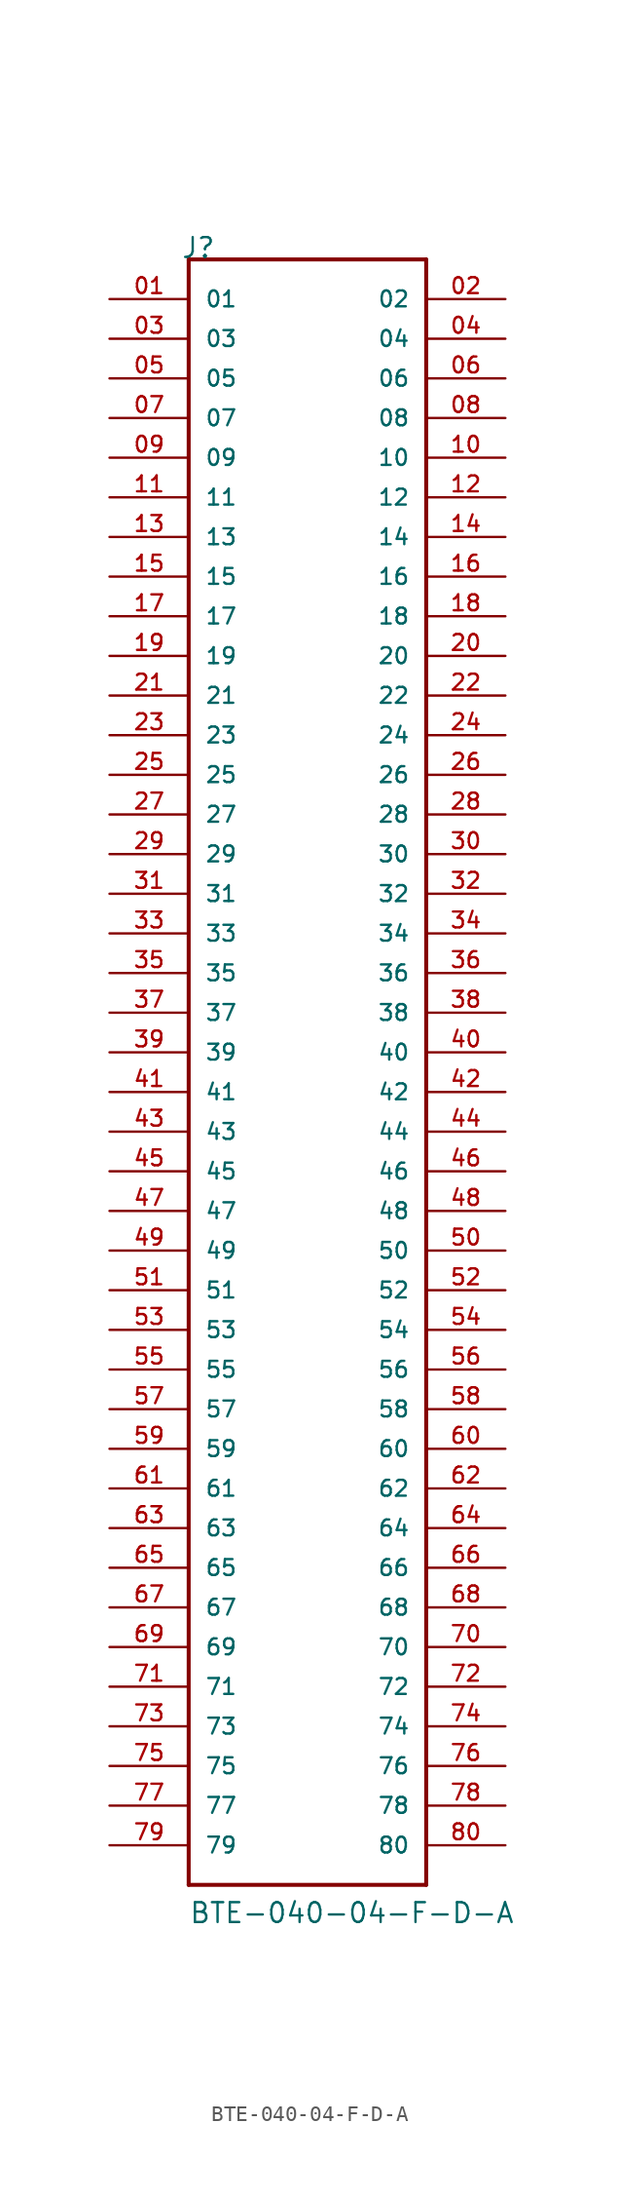
<source format=kicad_sym>
(kicad_symbol_lib
  (version 20211014)
  (generator kicad_symbol_editor)
  (symbol "BTE-040-04-F-D-A"
    (pin_names
      (offset 1.016))
    (property "Reference" "J"
      (at -8.128 53.34 0)
      (effects (font (size 1.27 1.27)) (justify left bottom)))
    (property "Value" "BTE-040-04-F-D-A"
      (at -7.62 -53.34 0)
      (effects (font (size 1.27 1.27)) (justify left bottom)))
    (property "ki_locked" ""
      (at 0 0 0)
      (effects (font (size 1.27 1.27))))
    (symbol "BTE-040-04-F-D-A_0_0"
      (polyline (pts (xy -7.62 -50.8) (xy -7.62 53.34)) (stroke (width 0.254) (type default) (color 0 0 0 0)) (fill (type none)))
      (polyline (pts (xy -7.62 53.34) (xy 7.62 53.34)) (stroke (width 0.254) (type default) (color 0 0 0 0)) (fill (type none)))
      (polyline (pts (xy 7.62 -50.8) (xy -7.62 -50.8)) (stroke (width 0.254) (type default) (color 0 0 0 0)) (fill (type none)))
      (polyline (pts (xy 7.62 53.34) (xy 7.62 -50.8)) (stroke (width 0.254) (type default) (color 0 0 0 0)) (fill (type none)))
      (pin passive line (at -12.7 50.8 0) (length 5.08) (name "01" (effects (font (size 1.016 1.016)))) (number "01" (effects (font (size 1.016 1.016)))))
      (pin passive line (at 12.7 50.8 180) (length 5.08) (name "02" (effects (font (size 1.016 1.016)))) (number "02" (effects (font (size 1.016 1.016)))))
      (pin passive line (at -12.7 48.26 0) (length 5.08) (name "03" (effects (font (size 1.016 1.016)))) (number "03" (effects (font (size 1.016 1.016)))))
      (pin passive line (at 12.7 48.26 180) (length 5.08) (name "04" (effects (font (size 1.016 1.016)))) (number "04" (effects (font (size 1.016 1.016)))))
      (pin passive line (at -12.7 45.72 0) (length 5.08) (name "05" (effects (font (size 1.016 1.016)))) (number "05" (effects (font (size 1.016 1.016)))))
      (pin passive line (at 12.7 45.72 180) (length 5.08) (name "06" (effects (font (size 1.016 1.016)))) (number "06" (effects (font (size 1.016 1.016)))))
      (pin passive line (at -12.7 43.18 0) (length 5.08) (name "07" (effects (font (size 1.016 1.016)))) (number "07" (effects (font (size 1.016 1.016)))))
      (pin passive line (at 12.7 43.18 180) (length 5.08) (name "08" (effects (font (size 1.016 1.016)))) (number "08" (effects (font (size 1.016 1.016)))))
      (pin passive line (at -12.7 40.64 0) (length 5.08) (name "09" (effects (font (size 1.016 1.016)))) (number "09" (effects (font (size 1.016 1.016)))))
      (pin passive line (at 12.7 40.64 180) (length 5.08) (name "10" (effects (font (size 1.016 1.016)))) (number "10" (effects (font (size 1.016 1.016)))))
      (pin passive line (at -12.7 38.1 0) (length 5.08) (name "11" (effects (font (size 1.016 1.016)))) (number "11" (effects (font (size 1.016 1.016)))))
      (pin passive line (at 12.7 38.1 180) (length 5.08) (name "12" (effects (font (size 1.016 1.016)))) (number "12" (effects (font (size 1.016 1.016)))))
      (pin passive line (at -12.7 35.56 0) (length 5.08) (name "13" (effects (font (size 1.016 1.016)))) (number "13" (effects (font (size 1.016 1.016)))))
      (pin passive line (at 12.7 35.56 180) (length 5.08) (name "14" (effects (font (size 1.016 1.016)))) (number "14" (effects (font (size 1.016 1.016)))))
      (pin passive line (at -12.7 33.02 0) (length 5.08) (name "15" (effects (font (size 1.016 1.016)))) (number "15" (effects (font (size 1.016 1.016)))))
      (pin passive line (at 12.7 33.02 180) (length 5.08) (name "16" (effects (font (size 1.016 1.016)))) (number "16" (effects (font (size 1.016 1.016)))))
      (pin passive line (at -12.7 30.48 0) (length 5.08) (name "17" (effects (font (size 1.016 1.016)))) (number "17" (effects (font (size 1.016 1.016)))))
      (pin passive line (at 12.7 30.48 180) (length 5.08) (name "18" (effects (font (size 1.016 1.016)))) (number "18" (effects (font (size 1.016 1.016)))))
      (pin passive line (at -12.7 27.94 0) (length 5.08) (name "19" (effects (font (size 1.016 1.016)))) (number "19" (effects (font (size 1.016 1.016)))))
      (pin passive line (at 12.7 27.94 180) (length 5.08) (name "20" (effects (font (size 1.016 1.016)))) (number "20" (effects (font (size 1.016 1.016)))))
      (pin passive line (at -12.7 25.4 0) (length 5.08) (name "21" (effects (font (size 1.016 1.016)))) (number "21" (effects (font (size 1.016 1.016)))))
      (pin passive line (at 12.7 25.4 180) (length 5.08) (name "22" (effects (font (size 1.016 1.016)))) (number "22" (effects (font (size 1.016 1.016)))))
      (pin passive line (at -12.7 22.86 0) (length 5.08) (name "23" (effects (font (size 1.016 1.016)))) (number "23" (effects (font (size 1.016 1.016)))))
      (pin passive line (at 12.7 22.86 180) (length 5.08) (name "24" (effects (font (size 1.016 1.016)))) (number "24" (effects (font (size 1.016 1.016)))))
      (pin passive line (at -12.7 20.32 0) (length 5.08) (name "25" (effects (font (size 1.016 1.016)))) (number "25" (effects (font (size 1.016 1.016)))))
      (pin passive line (at 12.7 20.32 180) (length 5.08) (name "26" (effects (font (size 1.016 1.016)))) (number "26" (effects (font (size 1.016 1.016)))))
      (pin passive line (at -12.7 17.78 0) (length 5.08) (name "27" (effects (font (size 1.016 1.016)))) (number "27" (effects (font (size 1.016 1.016)))))
      (pin passive line (at 12.7 17.78 180) (length 5.08) (name "28" (effects (font (size 1.016 1.016)))) (number "28" (effects (font (size 1.016 1.016)))))
      (pin passive line (at -12.7 15.24 0) (length 5.08) (name "29" (effects (font (size 1.016 1.016)))) (number "29" (effects (font (size 1.016 1.016)))))
      (pin passive line (at 12.7 15.24 180) (length 5.08) (name "30" (effects (font (size 1.016 1.016)))) (number "30" (effects (font (size 1.016 1.016)))))
      (pin passive line (at -12.7 12.7 0) (length 5.08) (name "31" (effects (font (size 1.016 1.016)))) (number "31" (effects (font (size 1.016 1.016)))))
      (pin passive line (at 12.7 12.7 180) (length 5.08) (name "32" (effects (font (size 1.016 1.016)))) (number "32" (effects (font (size 1.016 1.016)))))
      (pin passive line (at -12.7 10.16 0) (length 5.08) (name "33" (effects (font (size 1.016 1.016)))) (number "33" (effects (font (size 1.016 1.016)))))
      (pin passive line (at 12.7 10.16 180) (length 5.08) (name "34" (effects (font (size 1.016 1.016)))) (number "34" (effects (font (size 1.016 1.016)))))
      (pin passive line (at -12.7 7.62 0) (length 5.08) (name "35" (effects (font (size 1.016 1.016)))) (number "35" (effects (font (size 1.016 1.016)))))
      (pin passive line (at 12.7 7.62 180) (length 5.08) (name "36" (effects (font (size 1.016 1.016)))) (number "36" (effects (font (size 1.016 1.016)))))
      (pin passive line (at -12.7 5.08 0) (length 5.08) (name "37" (effects (font (size 1.016 1.016)))) (number "37" (effects (font (size 1.016 1.016)))))
      (pin passive line (at 12.7 5.08 180) (length 5.08) (name "38" (effects (font (size 1.016 1.016)))) (number "38" (effects (font (size 1.016 1.016)))))
      (pin passive line (at -12.7 2.54 0) (length 5.08) (name "39" (effects (font (size 1.016 1.016)))) (number "39" (effects (font (size 1.016 1.016)))))
      (pin passive line (at 12.7 2.54 180) (length 5.08) (name "40" (effects (font (size 1.016 1.016)))) (number "40" (effects (font (size 1.016 1.016)))))
      (pin passive line (at -12.7 0 0) (length 5.08) (name "41" (effects (font (size 1.016 1.016)))) (number "41" (effects (font (size 1.016 1.016)))))
      (pin passive line (at 12.7 0 180) (length 5.08) (name "42" (effects (font (size 1.016 1.016)))) (number "42" (effects (font (size 1.016 1.016)))))
      (pin passive line (at -12.7 -2.54 0) (length 5.08) (name "43" (effects (font (size 1.016 1.016)))) (number "43" (effects (font (size 1.016 1.016)))))
      (pin passive line (at 12.7 -2.54 180) (length 5.08) (name "44" (effects (font (size 1.016 1.016)))) (number "44" (effects (font (size 1.016 1.016)))))
      (pin passive line (at -12.7 -5.08 0) (length 5.08) (name "45" (effects (font (size 1.016 1.016)))) (number "45" (effects (font (size 1.016 1.016)))))
      (pin passive line (at 12.7 -5.08 180) (length 5.08) (name "46" (effects (font (size 1.016 1.016)))) (number "46" (effects (font (size 1.016 1.016)))))
      (pin passive line (at -12.7 -7.62 0) (length 5.08) (name "47" (effects (font (size 1.016 1.016)))) (number "47" (effects (font (size 1.016 1.016)))))
      (pin passive line (at 12.7 -7.62 180) (length 5.08) (name "48" (effects (font (size 1.016 1.016)))) (number "48" (effects (font (size 1.016 1.016)))))
      (pin passive line (at -12.7 -10.16 0) (length 5.08) (name "49" (effects (font (size 1.016 1.016)))) (number "49" (effects (font (size 1.016 1.016)))))
      (pin passive line (at 12.7 -10.16 180) (length 5.08) (name "50" (effects (font (size 1.016 1.016)))) (number "50" (effects (font (size 1.016 1.016)))))
      (pin passive line (at -12.7 -12.7 0) (length 5.08) (name "51" (effects (font (size 1.016 1.016)))) (number "51" (effects (font (size 1.016 1.016)))))
      (pin passive line (at 12.7 -12.7 180) (length 5.08) (name "52" (effects (font (size 1.016 1.016)))) (number "52" (effects (font (size 1.016 1.016)))))
      (pin passive line (at -12.7 -15.24 0) (length 5.08) (name "53" (effects (font (size 1.016 1.016)))) (number "53" (effects (font (size 1.016 1.016)))))
      (pin passive line (at 12.7 -15.24 180) (length 5.08) (name "54" (effects (font (size 1.016 1.016)))) (number "54" (effects (font (size 1.016 1.016)))))
      (pin passive line (at -12.7 -17.78 0) (length 5.08) (name "55" (effects (font (size 1.016 1.016)))) (number "55" (effects (font (size 1.016 1.016)))))
      (pin passive line (at 12.7 -17.78 180) (length 5.08) (name "56" (effects (font (size 1.016 1.016)))) (number "56" (effects (font (size 1.016 1.016)))))
      (pin passive line (at -12.7 -20.32 0) (length 5.08) (name "57" (effects (font (size 1.016 1.016)))) (number "57" (effects (font (size 1.016 1.016)))))
      (pin passive line (at 12.7 -20.32 180) (length 5.08) (name "58" (effects (font (size 1.016 1.016)))) (number "58" (effects (font (size 1.016 1.016)))))
      (pin passive line (at -12.7 -22.86 0) (length 5.08) (name "59" (effects (font (size 1.016 1.016)))) (number "59" (effects (font (size 1.016 1.016)))))
      (pin passive line (at 12.7 -22.86 180) (length 5.08) (name "60" (effects (font (size 1.016 1.016)))) (number "60" (effects (font (size 1.016 1.016)))))
      (pin passive line (at -12.7 -25.4 0) (length 5.08) (name "61" (effects (font (size 1.016 1.016)))) (number "61" (effects (font (size 1.016 1.016)))))
      (pin passive line (at 12.7 -25.4 180) (length 5.08) (name "62" (effects (font (size 1.016 1.016)))) (number "62" (effects (font (size 1.016 1.016)))))
      (pin passive line (at -12.7 -27.94 0) (length 5.08) (name "63" (effects (font (size 1.016 1.016)))) (number "63" (effects (font (size 1.016 1.016)))))
      (pin passive line (at 12.7 -27.94 180) (length 5.08) (name "64" (effects (font (size 1.016 1.016)))) (number "64" (effects (font (size 1.016 1.016)))))
      (pin passive line (at -12.7 -30.48 0) (length 5.08) (name "65" (effects (font (size 1.016 1.016)))) (number "65" (effects (font (size 1.016 1.016)))))
      (pin passive line (at 12.7 -30.48 180) (length 5.08) (name "66" (effects (font (size 1.016 1.016)))) (number "66" (effects (font (size 1.016 1.016)))))
      (pin passive line (at -12.7 -33.02 0) (length 5.08) (name "67" (effects (font (size 1.016 1.016)))) (number "67" (effects (font (size 1.016 1.016)))))
      (pin passive line (at 12.7 -33.02 180) (length 5.08) (name "68" (effects (font (size 1.016 1.016)))) (number "68" (effects (font (size 1.016 1.016)))))
      (pin passive line (at -12.7 -35.56 0) (length 5.08) (name "69" (effects (font (size 1.016 1.016)))) (number "69" (effects (font (size 1.016 1.016)))))
      (pin passive line (at 12.7 -35.56 180) (length 5.08) (name "70" (effects (font (size 1.016 1.016)))) (number "70" (effects (font (size 1.016 1.016)))))
      (pin passive line (at -12.7 -38.1 0) (length 5.08) (name "71" (effects (font (size 1.016 1.016)))) (number "71" (effects (font (size 1.016 1.016)))))
      (pin passive line (at 12.7 -38.1 180) (length 5.08) (name "72" (effects (font (size 1.016 1.016)))) (number "72" (effects (font (size 1.016 1.016)))))
      (pin passive line (at -12.7 -40.64 0) (length 5.08) (name "73" (effects (font (size 1.016 1.016)))) (number "73" (effects (font (size 1.016 1.016)))))
      (pin passive line (at 12.7 -40.64 180) (length 5.08) (name "74" (effects (font (size 1.016 1.016)))) (number "74" (effects (font (size 1.016 1.016)))))
      (pin passive line (at -12.7 -43.18 0) (length 5.08) (name "75" (effects (font (size 1.016 1.016)))) (number "75" (effects (font (size 1.016 1.016)))))
      (pin passive line (at 12.7 -43.18 180) (length 5.08) (name "76" (effects (font (size 1.016 1.016)))) (number "76" (effects (font (size 1.016 1.016)))))
      (pin passive line (at -12.7 -45.72 0) (length 5.08) (name "77" (effects (font (size 1.016 1.016)))) (number "77" (effects (font (size 1.016 1.016)))))
      (pin passive line (at 12.7 -45.72 180) (length 5.08) (name "78" (effects (font (size 1.016 1.016)))) (number "78" (effects (font (size 1.016 1.016)))))
      (pin passive line (at -12.7 -48.26 0) (length 5.08) (name "79" (effects (font (size 1.016 1.016)))) (number "79" (effects (font (size 1.016 1.016)))))
      (pin passive line (at 12.7 -48.26 180) (length 5.08) (name "80" (effects (font (size 1.016 1.016)))) (number "80" (effects (font (size 1.016 1.016))))))))
</source>
